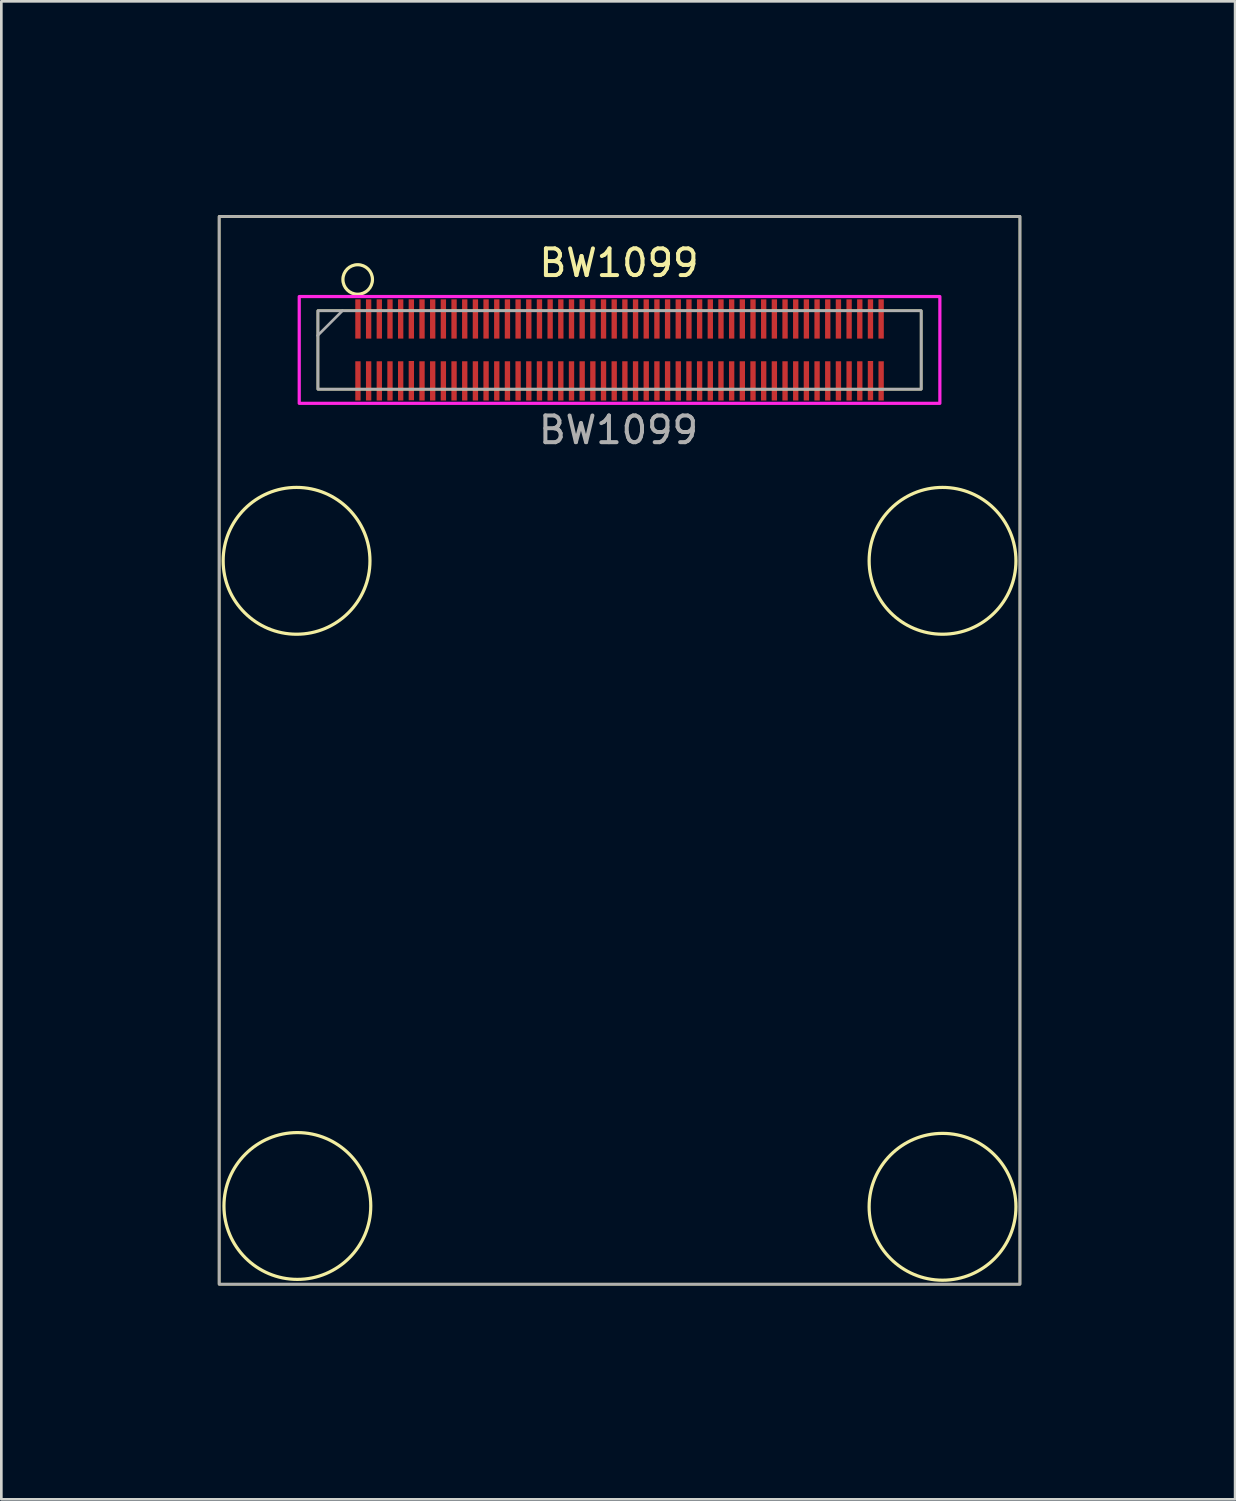
<source format=kicad_pcb>
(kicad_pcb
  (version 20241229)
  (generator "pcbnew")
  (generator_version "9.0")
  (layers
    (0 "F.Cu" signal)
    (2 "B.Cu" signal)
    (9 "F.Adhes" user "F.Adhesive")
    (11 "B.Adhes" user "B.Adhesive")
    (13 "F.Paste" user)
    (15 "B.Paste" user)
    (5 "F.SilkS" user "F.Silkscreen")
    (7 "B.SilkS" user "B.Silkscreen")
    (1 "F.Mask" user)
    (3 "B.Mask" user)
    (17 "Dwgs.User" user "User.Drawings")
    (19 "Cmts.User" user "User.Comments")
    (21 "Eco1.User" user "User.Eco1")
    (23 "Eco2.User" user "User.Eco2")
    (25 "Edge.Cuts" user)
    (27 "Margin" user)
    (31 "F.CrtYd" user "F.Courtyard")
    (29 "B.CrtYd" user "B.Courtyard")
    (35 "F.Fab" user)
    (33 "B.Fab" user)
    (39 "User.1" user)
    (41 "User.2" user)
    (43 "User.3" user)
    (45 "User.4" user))
  (footprint "BW1099"
    (layer "F.Cu")
    (at 20.16 10.06)
    (property "Reference" "BW1099" (at -0.02 -3.26 0) (unlocked yes) (layer "F.SilkS") (effects (font (size 1 1) (thickness 0.15))))
    (attr through_hole)
    (fp_rect (start -15 -5) (end 15 35) (stroke (width 0.1) (type solid)) (fill no) (layer "F.SilkS"))
    (fp_rect (start -11.3 -1.47) (end 11.3 1.47) (stroke (width 0.1) (type solid)) (fill no) (layer "F.SilkS"))
    (fp_circle (center -12.1 7.9) (end -9.35 7.9) (stroke (width 0.12) (type solid)) (fill no) (layer "F.SilkS"))
    (fp_circle (center -12.07 32.07) (end -9.32 32.07) (stroke (width 0.12) (type solid)) (fill no) (layer "F.SilkS"))
    (fp_circle (center -9.81 -2.64) (end -10.17 -3.06) (stroke (width 0.12) (type solid)) (fill no) (layer "F.SilkS"))
    (fp_circle (center 12.1 7.9) (end 14.85 7.9) (stroke (width 0.12) (type solid)) (fill no) (layer "F.SilkS"))
    (fp_circle (center 12.1 32.1) (end 14.85 32.1) (stroke (width 0.12) (type solid)) (fill no) (layer "F.SilkS"))
    (fp_rect (start -12 -2) (end 12 2) (stroke (width 0.12) (type solid)) (fill no) (layer "F.CrtYd"))
    (fp_line (start -10.38 -1.47) (end -11.31 -0.54) (stroke (width 0.1) (type solid)) (layer "F.Fab"))
    (fp_rect (start -15 -5) (end 15 35) (stroke (width 0.1) (type solid)) (fill no) (layer "F.Fab"))
    (fp_rect (start -11.3 -1.47) (end 11.3 1.47) (stroke (width 0.1) (type solid)) (fill no) (layer "F.Fab"))
    (fp_line (start -20 0) (end 20 0) (stroke (width 0.12) (type solid)) (layer "User.1"))
    (fp_line (start -15.3 35) (end -20 35) (stroke (width 0.12) (type solid)) (layer "User.1"))
    (fp_line (start -15.2 -5) (end -20 -5) (stroke (width 0.12) (type solid)) (layer "User.1"))
    (fp_line (start -15 -5.3) (end -15 -10) (stroke (width 0.12) (type solid)) (layer "User.1"))
    (fp_line (start -12.1 7.9) (end 20 7.9) (stroke (width 0.12) (type solid)) (layer "User.1"))
    (fp_line (start 0 -10) (end 0 40) (stroke (width 0.12) (type solid)) (layer "User.1"))
    (fp_line (start 12.1 8) (end 12.1 -10) (stroke (width 0.12) (type solid)) (layer "User.1"))
    (fp_line (start 12.1 8) (end 12.1 40) (stroke (width 0.12) (type solid)) (layer "User.1"))
    (fp_line (start 20 32.1) (end -12.1 32.1) (stroke (width 0.12) (type solid)) (layer "User.1"))
    (fp_text user "${REFERENCE}" (at -0.04 3 0) (unlocked yes) (layer "F.Fab") (effects (font (size 1 1) (thickness 0.15))))
    (fp_text user "< ---------- 35mm ---------- >" (at -18.1 17.425 90) (unlocked yes) (layer "User.1") (effects (font (size 1 1) (thickness 0.1))))
    (fp_text user "-> 5mm <-" (at -19.4 -2.5 90) (unlocked yes) (layer "User.1") (effects (font (size 1 1) (thickness 0.1))))
    (fp_text user "<7.9mm>" (at 18.1 3.9 90) (unlocked yes) (layer "User.1") (effects (font (size 1 1) (thickness 0.1))))
    (fp_text user "4x M2 mount" (at 10.725 15.85 90) (unlocked yes) (layer "User.1") (effects (font (size 1 1) (thickness 0.15))))
    (fp_text user "<-- 15mm -->" (at -7.3 -7.4 0) (unlocked yes) (layer "User.1") (effects (font (size 1 1) (thickness 0.1))))
    (fp_text user "<------ 24.2mm ----->" (at 18.1 19.8 90) (unlocked yes) (layer "User.1") (effects (font (size 1 1) (thickness 0.1))))
    (fp_text user "<- 12.1mm ->" (at 6.15 -7.425 0) (unlocked yes) (layer "User.1") (effects (font (size 1 1) (thickness 0.1))))
    (pad "1" smd roundrect (at -9.8 -1.16) (size 0.2 1.47) (layers "F.Cu" "F.Mask" "F.Paste") (roundrect_rratio 0.02))
    (pad "2" smd roundrect (at -9.8 1.16) (size 0.2 1.47) (layers "F.Cu" "F.Mask" "F.Paste") (roundrect_rratio 0.02))
    (pad "3" smd roundrect (at -9.4 -1.16) (size 0.2 1.47) (layers "F.Cu" "F.Mask" "F.Paste") (roundrect_rratio 0.02))
    (pad "4" smd roundrect (at -9.4 1.16) (size 0.2 1.47) (layers "F.Cu" "F.Mask" "F.Paste") (roundrect_rratio 0.02))
    (pad "5" smd roundrect (at -9 -1.16) (size 0.2 1.47) (layers "F.Cu" "F.Mask" "F.Paste") (roundrect_rratio 0.02))
    (pad "6" smd roundrect (at -9 1.16) (size 0.2 1.47) (layers "F.Cu" "F.Mask" "F.Paste") (roundrect_rratio 0.02))
    (pad "7" smd roundrect (at -8.6 -1.16) (size 0.2 1.47) (layers "F.Cu" "F.Mask" "F.Paste") (roundrect_rratio 0.02))
    (pad "8" smd roundrect (at -8.6 1.16) (size 0.2 1.47) (layers "F.Cu" "F.Mask" "F.Paste") (roundrect_rratio 0.02))
    (pad "9" smd roundrect (at -8.2 -1.16) (size 0.2 1.47) (layers "F.Cu" "F.Mask" "F.Paste") (roundrect_rratio 0.02))
    (pad "10" smd roundrect (at -8.2 1.16) (size 0.2 1.47) (layers "F.Cu" "F.Mask" "F.Paste") (roundrect_rratio 0.02))
    (pad "11" smd roundrect (at -7.8 -1.16) (size 0.2 1.47) (layers "F.Cu" "F.Mask" "F.Paste") (roundrect_rratio 0.02))
    (pad "12" smd roundrect (at -7.8 1.15) (size 0.2 1.47) (layers "F.Cu" "F.Mask" "F.Paste") (roundrect_rratio 0.02))
    (pad "13" smd roundrect (at -7.4 -1.16) (size 0.2 1.47) (layers "F.Cu" "F.Mask" "F.Paste") (roundrect_rratio 0.02))
    (pad "14" smd roundrect (at -7.4 1.16) (size 0.2 1.47) (layers "F.Cu" "F.Mask" "F.Paste") (roundrect_rratio 0.02))
    (pad "15" smd roundrect (at -7 -1.16) (size 0.2 1.47) (layers "F.Cu" "F.Mask" "F.Paste") (roundrect_rratio 0.02))
    (pad "16" smd roundrect (at -7 1.16) (size 0.2 1.47) (layers "F.Cu" "F.Mask" "F.Paste") (roundrect_rratio 0.02))
    (pad "17" smd roundrect (at -6.6 -1.16) (size 0.2 1.47) (layers "F.Cu" "F.Mask" "F.Paste") (roundrect_rratio 0.02))
    (pad "18" smd roundrect (at -6.6 1.16) (size 0.2 1.47) (layers "F.Cu" "F.Mask" "F.Paste") (roundrect_rratio 0.02))
    (pad "19" smd roundrect (at -6.2 -1.16) (size 0.2 1.47) (layers "F.Cu" "F.Mask" "F.Paste") (roundrect_rratio 0.02))
    (pad "20" smd roundrect (at -6.2 1.16) (size 0.2 1.47) (layers "F.Cu" "F.Mask" "F.Paste") (roundrect_rratio 0.02))
    (pad "21" smd roundrect (at -5.8 -1.16) (size 0.2 1.47) (layers "F.Cu" "F.Mask" "F.Paste") (roundrect_rratio 0.02))
    (pad "22" smd roundrect (at -5.8 1.16) (size 0.2 1.47) (layers "F.Cu" "F.Mask" "F.Paste") (roundrect_rratio 0.02))
    (pad "23" smd roundrect (at -5.4 -1.16) (size 0.2 1.47) (layers "F.Cu" "F.Mask" "F.Paste") (roundrect_rratio 0.02))
    (pad "24" smd roundrect (at -5.4 1.16) (size 0.2 1.47) (layers "F.Cu" "F.Mask" "F.Paste") (roundrect_rratio 0.02))
    (pad "25" smd roundrect (at -5 -1.16) (size 0.2 1.47) (layers "F.Cu" "F.Mask" "F.Paste") (roundrect_rratio 0.02))
    (pad "26" smd roundrect (at -5 1.16) (size 0.2 1.47) (layers "F.Cu" "F.Mask" "F.Paste") (roundrect_rratio 0.02))
    (pad "27" smd roundrect (at -4.6 -1.16) (size 0.2 1.47) (layers "F.Cu" "F.Mask" "F.Paste") (roundrect_rratio 0.02))
    (pad "28" smd roundrect (at -4.6 1.16) (size 0.2 1.47) (layers "F.Cu" "F.Mask" "F.Paste") (roundrect_rratio 0.02))
    (pad "29" smd roundrect (at -4.2 -1.16) (size 0.2 1.47) (layers "F.Cu" "F.Mask" "F.Paste") (roundrect_rratio 0.02))
    (pad "30" smd roundrect (at -4.2 1.16) (size 0.2 1.47) (layers "F.Cu" "F.Mask" "F.Paste") (roundrect_rratio 0.02))
    (pad "31" smd roundrect (at -3.8 -1.16) (size 0.2 1.47) (layers "F.Cu" "F.Mask" "F.Paste") (roundrect_rratio 0.02))
    (pad "32" smd roundrect (at -3.8 1.16) (size 0.2 1.47) (layers "F.Cu" "F.Mask" "F.Paste") (roundrect_rratio 0.02))
    (pad "33" smd roundrect (at -3.4 -1.16) (size 0.2 1.47) (layers "F.Cu" "F.Mask" "F.Paste") (roundrect_rratio 0.02))
    (pad "34" smd roundrect (at -3.4 1.16) (size 0.2 1.47) (layers "F.Cu" "F.Mask" "F.Paste") (roundrect_rratio 0.02))
    (pad "35" smd roundrect (at -3 -1.16) (size 0.2 1.47) (layers "F.Cu" "F.Mask" "F.Paste") (roundrect_rratio 0.02))
    (pad "36" smd roundrect (at -3 1.16) (size 0.2 1.47) (layers "F.Cu" "F.Mask" "F.Paste") (roundrect_rratio 0.02))
    (pad "37" smd roundrect (at -2.6 -1.16) (size 0.2 1.47) (layers "F.Cu" "F.Mask" "F.Paste") (roundrect_rratio 0.02))
    (pad "38" smd roundrect (at -2.6 1.16) (size 0.2 1.47) (layers "F.Cu" "F.Mask" "F.Paste") (roundrect_rratio 0.02))
    (pad "39" smd roundrect (at -2.2 -1.16) (size 0.2 1.47) (layers "F.Cu" "F.Mask" "F.Paste") (roundrect_rratio 0.02))
    (pad "40" smd roundrect (at -2.2 1.16) (size 0.2 1.47) (layers "F.Cu" "F.Mask" "F.Paste") (roundrect_rratio 0.02))
    (pad "41" smd roundrect (at -1.8 -1.16) (size 0.2 1.47) (layers "F.Cu" "F.Mask" "F.Paste") (roundrect_rratio 0.02))
    (pad "42" smd roundrect (at -1.8 1.16) (size 0.2 1.47) (layers "F.Cu" "F.Mask" "F.Paste") (roundrect_rratio 0.02))
    (pad "43" smd roundrect (at -1.4 -1.16) (size 0.2 1.47) (layers "F.Cu" "F.Mask" "F.Paste") (roundrect_rratio 0.02))
    (pad "44" smd roundrect (at -1.4 1.16) (size 0.2 1.47) (layers "F.Cu" "F.Mask" "F.Paste") (roundrect_rratio 0.02))
    (pad "45" smd roundrect (at -1 -1.16) (size 0.2 1.47) (layers "F.Cu" "F.Mask" "F.Paste") (roundrect_rratio 0.02))
    (pad "46" smd roundrect (at -1 1.16) (size 0.2 1.47) (layers "F.Cu" "F.Mask" "F.Paste") (roundrect_rratio 0.02))
    (pad "47" smd roundrect (at -0.6 -1.16) (size 0.2 1.47) (layers "F.Cu" "F.Mask" "F.Paste") (roundrect_rratio 0.02))
    (pad "48" smd roundrect (at -0.6 1.16) (size 0.2 1.47) (layers "F.Cu" "F.Mask" "F.Paste") (roundrect_rratio 0.02))
    (pad "49" smd roundrect (at -0.2 -1.16) (size 0.2 1.47) (layers "F.Cu" "F.Mask" "F.Paste") (roundrect_rratio 0.02))
    (pad "50" smd roundrect (at -0.2 1.16) (size 0.2 1.47) (layers "F.Cu" "F.Mask" "F.Paste") (roundrect_rratio 0.02))
    (pad "51" smd roundrect (at 0.2 -1.16) (size 0.2 1.47) (layers "F.Cu" "F.Mask" "F.Paste") (roundrect_rratio 0.02))
    (pad "52" smd roundrect (at 0.2 1.16) (size 0.2 1.47) (layers "F.Cu" "F.Mask" "F.Paste") (roundrect_rratio 0.02))
    (pad "53" smd roundrect (at 0.6 -1.16) (size 0.2 1.47) (layers "F.Cu" "F.Mask" "F.Paste") (roundrect_rratio 0.02))
    (pad "54" smd roundrect (at 0.6 1.16) (size 0.2 1.47) (layers "F.Cu" "F.Mask" "F.Paste") (roundrect_rratio 0.02))
    (pad "55" smd roundrect (at 1 -1.16) (size 0.2 1.47) (layers "F.Cu" "F.Mask" "F.Paste") (roundrect_rratio 0.02))
    (pad "56" smd roundrect (at 1 1.16) (size 0.2 1.47) (layers "F.Cu" "F.Mask" "F.Paste") (roundrect_rratio 0.02))
    (pad "57" smd roundrect (at 1.4 -1.16) (size 0.2 1.47) (layers "F.Cu" "F.Mask" "F.Paste") (roundrect_rratio 0.02))
    (pad "58" smd roundrect (at 1.4 1.16) (size 0.2 1.47) (layers "F.Cu" "F.Mask" "F.Paste") (roundrect_rratio 0.02))
    (pad "59" smd roundrect (at 1.8 -1.16) (size 0.2 1.47) (layers "F.Cu" "F.Mask" "F.Paste") (roundrect_rratio 0.02))
    (pad "60" smd roundrect (at 1.8 1.16) (size 0.2 1.47) (layers "F.Cu" "F.Mask" "F.Paste") (roundrect_rratio 0.02))
    (pad "61" smd roundrect (at 2.2 -1.16) (size 0.2 1.47) (layers "F.Cu" "F.Mask" "F.Paste") (roundrect_rratio 0.02))
    (pad "62" smd roundrect (at 2.2 1.16) (size 0.2 1.47) (layers "F.Cu" "F.Mask" "F.Paste") (roundrect_rratio 0.02))
    (pad "63" smd roundrect (at 2.6 -1.16) (size 0.2 1.47) (layers "F.Cu" "F.Mask" "F.Paste") (roundrect_rratio 0.02))
    (pad "64" smd roundrect (at 2.6 1.16) (size 0.2 1.47) (layers "F.Cu" "F.Mask" "F.Paste") (roundrect_rratio 0.02))
    (pad "65" smd roundrect (at 3 -1.16) (size 0.2 1.47) (layers "F.Cu" "F.Mask" "F.Paste") (roundrect_rratio 0.02))
    (pad "66" smd roundrect (at 3 1.16) (size 0.2 1.47) (layers "F.Cu" "F.Mask" "F.Paste") (roundrect_rratio 0.02))
    (pad "67" smd roundrect (at 3.4 -1.16) (size 0.2 1.47) (layers "F.Cu" "F.Mask" "F.Paste") (roundrect_rratio 0.02))
    (pad "68" smd roundrect (at 3.4 1.16) (size 0.2 1.47) (layers "F.Cu" "F.Mask" "F.Paste") (roundrect_rratio 0.02))
    (pad "69" smd roundrect (at 3.8 -1.16) (size 0.2 1.47) (layers "F.Cu" "F.Mask" "F.Paste") (roundrect_rratio 0.02))
    (pad "70" smd roundrect (at 3.8 1.16) (size 0.2 1.47) (layers "F.Cu" "F.Mask" "F.Paste") (roundrect_rratio 0.02))
    (pad "71" smd roundrect (at 4.2 -1.16) (size 0.2 1.47) (layers "F.Cu" "F.Mask" "F.Paste") (roundrect_rratio 0.02))
    (pad "72" smd roundrect (at 4.2 1.16) (size 0.2 1.47) (layers "F.Cu" "F.Mask" "F.Paste") (roundrect_rratio 0.02))
    (pad "73" smd roundrect (at 4.6 -1.16) (size 0.2 1.47) (layers "F.Cu" "F.Mask" "F.Paste") (roundrect_rratio 0.02))
    (pad "74" smd roundrect (at 4.6 1.16) (size 0.2 1.47) (layers "F.Cu" "F.Mask" "F.Paste") (roundrect_rratio 0.02))
    (pad "75" smd roundrect (at 5 -1.16) (size 0.2 1.47) (layers "F.Cu" "F.Mask" "F.Paste") (roundrect_rratio 0.02))
    (pad "76" smd roundrect (at 5 1.16) (size 0.2 1.47) (layers "F.Cu" "F.Mask" "F.Paste") (roundrect_rratio 0.02))
    (pad "77" smd roundrect (at 5.4 -1.16) (size 0.2 1.47) (layers "F.Cu" "F.Mask" "F.Paste") (roundrect_rratio 0.02))
    (pad "78" smd roundrect (at 5.4 1.16) (size 0.2 1.47) (layers "F.Cu" "F.Mask" "F.Paste") (roundrect_rratio 0.02))
    (pad "79" smd roundrect (at 5.8 -1.16) (size 0.2 1.47) (layers "F.Cu" "F.Mask" "F.Paste") (roundrect_rratio 0.02))
    (pad "80" smd roundrect (at 5.8 1.16) (size 0.2 1.47) (layers "F.Cu" "F.Mask" "F.Paste") (roundrect_rratio 0.02))
    (pad "81" smd roundrect (at 6.2 -1.16) (size 0.2 1.47) (layers "F.Cu" "F.Mask" "F.Paste") (roundrect_rratio 0.02))
    (pad "82" smd roundrect (at 6.2 1.16) (size 0.2 1.47) (layers "F.Cu" "F.Mask" "F.Paste") (roundrect_rratio 0.02))
    (pad "83" smd roundrect (at 6.6 -1.16) (size 0.2 1.47) (layers "F.Cu" "F.Mask" "F.Paste") (roundrect_rratio 0.02))
    (pad "84" smd roundrect (at 6.6 1.16) (size 0.2 1.47) (layers "F.Cu" "F.Mask" "F.Paste") (roundrect_rratio 0.02))
    (pad "85" smd roundrect (at 7 -1.16) (size 0.2 1.47) (layers "F.Cu" "F.Mask" "F.Paste") (roundrect_rratio 0.02))
    (pad "86" smd roundrect (at 7 1.16) (size 0.2 1.47) (layers "F.Cu" "F.Mask" "F.Paste") (roundrect_rratio 0.02))
    (pad "87" smd roundrect (at 7.4 -1.16) (size 0.2 1.47) (layers "F.Cu" "F.Mask" "F.Paste") (roundrect_rratio 0.02))
    (pad "88" smd roundrect (at 7.4 1.16) (size 0.2 1.47) (layers "F.Cu" "F.Mask" "F.Paste") (roundrect_rratio 0.02))
    (pad "89" smd roundrect (at 7.8 -1.16) (size 0.2 1.47) (layers "F.Cu" "F.Mask" "F.Paste") (roundrect_rratio 0.02))
    (pad "90" smd roundrect (at 7.8 1.16) (size 0.2 1.47) (layers "F.Cu" "F.Mask" "F.Paste") (roundrect_rratio 0.02))
    (pad "91" smd roundrect (at 8.2 -1.16) (size 0.2 1.47) (layers "F.Cu" "F.Mask" "F.Paste") (roundrect_rratio 0.02))
    (pad "92" smd roundrect (at 8.2 1.16) (size 0.2 1.47) (layers "F.Cu" "F.Mask" "F.Paste") (roundrect_rratio 0.02))
    (pad "93" smd roundrect (at 8.6 -1.16) (size 0.2 1.47) (layers "F.Cu" "F.Mask" "F.Paste") (roundrect_rratio 0.02))
    (pad "94" smd roundrect (at 8.6 1.16) (size 0.2 1.47) (layers "F.Cu" "F.Mask" "F.Paste") (roundrect_rratio 0.02))
    (pad "95" smd roundrect (at 9 -1.16) (size 0.2 1.47) (layers "F.Cu" "F.Mask" "F.Paste") (roundrect_rratio 0.02))
    (pad "96" smd roundrect (at 9 1.16) (size 0.2 1.47) (layers "F.Cu" "F.Mask" "F.Paste") (roundrect_rratio 0.02))
    (pad "97" smd roundrect (at 9.4 -1.16) (size 0.2 1.47) (layers "F.Cu" "F.Mask" "F.Paste") (roundrect_rratio 0.02))
    (pad "98" smd roundrect (at 9.4 1.15) (size 0.2 1.47) (layers "F.Cu" "F.Mask" "F.Paste") (roundrect_rratio 0.02))
    (pad "99" smd roundrect (at 9.8 -1.16) (size 0.2 1.47) (layers "F.Cu" "F.Mask" "F.Paste") (roundrect_rratio 0.02))
    (pad "100" smd roundrect (at 9.8 1.16) (size 0.2 1.47) (layers "F.Cu" "F.Mask" "F.Paste") (roundrect_rratio 0.02)))
  (gr_rect
    (start -3 -3)
    (end 43.221 53.12)
    (stroke (width 0.1) (type default))
    (fill no)
    (layer "Edge.Cuts")))
</source>
